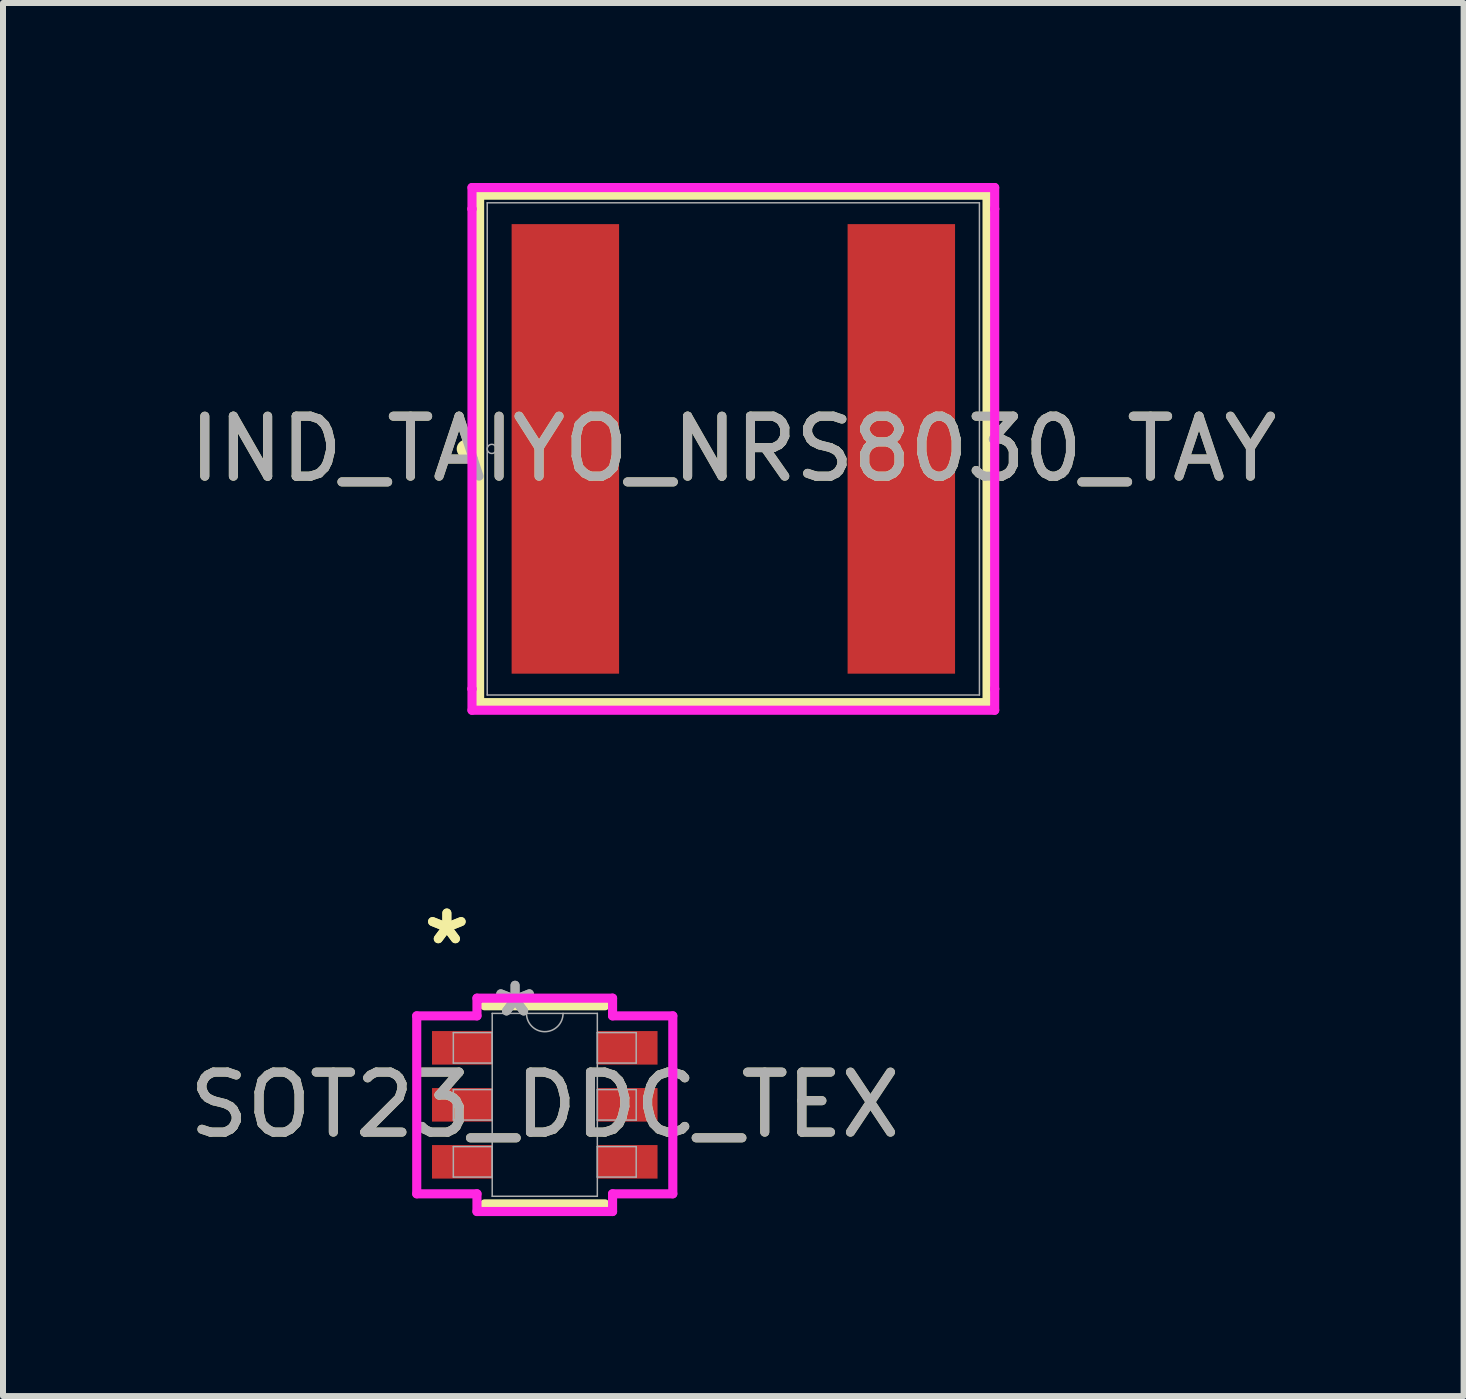
<source format=kicad_pcb>
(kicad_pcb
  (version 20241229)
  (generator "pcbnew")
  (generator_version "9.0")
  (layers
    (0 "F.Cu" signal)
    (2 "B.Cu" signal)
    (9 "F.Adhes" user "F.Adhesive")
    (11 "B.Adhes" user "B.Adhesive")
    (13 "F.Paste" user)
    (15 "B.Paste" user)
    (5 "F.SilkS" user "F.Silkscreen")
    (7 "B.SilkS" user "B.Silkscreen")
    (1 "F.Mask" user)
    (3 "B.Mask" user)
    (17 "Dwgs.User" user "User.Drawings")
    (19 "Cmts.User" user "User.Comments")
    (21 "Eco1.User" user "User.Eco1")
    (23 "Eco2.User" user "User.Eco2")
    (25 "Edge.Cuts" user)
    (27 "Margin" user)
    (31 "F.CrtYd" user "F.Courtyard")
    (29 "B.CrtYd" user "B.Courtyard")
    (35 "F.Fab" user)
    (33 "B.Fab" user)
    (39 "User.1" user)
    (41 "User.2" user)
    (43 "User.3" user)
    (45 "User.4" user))
  (footprint "IND_TAIYO_NRS8030_TAY"
    (layer "F.Cu")
    (at 9.173 4.432)
    (property "Reference" "IND_TAIYO_NRS8030_TAY" (at 0 0 0) (unlocked yes) (layer "F.SilkS") (effects (font (size 1 1) (thickness 0.15))))
    (attr smd)
    (fp_line (start -4.229 -4.229) (end -4.229 4.229) (stroke (width 0.152) (type solid)) (layer "F.SilkS"))
    (fp_line (start -4.229 4.229) (end 4.229 4.229) (stroke (width 0.152) (type solid)) (layer "F.SilkS"))
    (fp_line (start 4.229 -4.229) (end -4.229 -4.229) (stroke (width 0.152) (type solid)) (layer "F.SilkS"))
    (fp_line (start 4.229 4.229) (end 4.229 -4.229) (stroke (width 0.152) (type solid)) (layer "F.SilkS"))
    (fp_circle (center -4.458 0) (end -4.381 0) (stroke (width 0.152) (type solid)) (fill no) (layer "F.SilkS"))
    (fp_line (start -4.356 -4.356) (end 4.356 -4.356) (stroke (width 0.152) (type solid)) (layer "F.CrtYd"))
    (fp_line (start -4.356 -4) (end -4.356 -4.356) (stroke (width 0.152) (type solid)) (layer "F.CrtYd"))
    (fp_line (start -4.356 -4) (end -4.356 -4) (stroke (width 0.152) (type solid)) (layer "F.CrtYd"))
    (fp_line (start -4.356 4) (end -4.356 -4) (stroke (width 0.152) (type solid)) (layer "F.CrtYd"))
    (fp_line (start -4.356 4) (end -4.356 4) (stroke (width 0.152) (type solid)) (layer "F.CrtYd"))
    (fp_line (start -4.356 4.356) (end -4.356 4) (stroke (width 0.152) (type solid)) (layer "F.CrtYd"))
    (fp_line (start 4.356 -4.356) (end 4.356 -4) (stroke (width 0.152) (type solid)) (layer "F.CrtYd"))
    (fp_line (start 4.356 -4) (end 4.356 -4) (stroke (width 0.152) (type solid)) (layer "F.CrtYd"))
    (fp_line (start 4.356 -4) (end 4.356 4) (stroke (width 0.152) (type solid)) (layer "F.CrtYd"))
    (fp_line (start 4.356 4) (end 4.356 4) (stroke (width 0.152) (type solid)) (layer "F.CrtYd"))
    (fp_line (start 4.356 4) (end 4.356 4.356) (stroke (width 0.152) (type solid)) (layer "F.CrtYd"))
    (fp_line (start 4.356 4.356) (end -4.356 4.356) (stroke (width 0.152) (type solid)) (layer "F.CrtYd"))
    (fp_line (start -4.102 -4.102) (end -4.102 4.102) (stroke (width 0.025) (type solid)) (layer "F.Fab"))
    (fp_line (start -4.102 4.102) (end 4.102 4.102) (stroke (width 0.025) (type solid)) (layer "F.Fab"))
    (fp_line (start 4.102 -4.102) (end -4.102 -4.102) (stroke (width 0.025) (type solid)) (layer "F.Fab"))
    (fp_line (start 4.102 4.102) (end 4.102 -4.102) (stroke (width 0.025) (type solid)) (layer "F.Fab"))
    (fp_circle (center -4.026 0) (end -3.95 0) (stroke (width 0.025) (type solid)) (fill no) (layer "F.Fab"))
    (fp_text user "${REFERENCE}" (at 0 0 0) (unlocked yes) (layer "F.Fab") (effects (font (size 1 1) (thickness 0.15))))
    (pad "1" smd rect (at -2.8 0) (size 1.791 7.493) (layers "F.Cu" "F.Mask" "F.Paste"))
    (pad "2" smd rect (at 2.8 0) (size 1.791 7.493) (layers "F.Cu" "F.Mask" "F.Paste"))
    (zone (net_name "") (layer "F.Cu") (hatch full 0.508) (connect_pads) (min_thickness 0.254) (filled_areas_thickness no) (keepout (tracks not_allowed) (vias not_allowed) (pads allowed) (copperpour not_allowed) (footprints allowed)) (placement (enabled no)) (fill) (polygon (pts (xy 7.318 0.381) (xy 11.027 0.381) (xy 11.027 8.484) (xy 7.318 8.484)))))
  (footprint "SOT23_DDC_TEX"
    (layer "F.Cu")
    (at 6.03 15.365)
    (property "Reference" "SOT23_DDC_TEX" (at 0 0 0) (unlocked yes) (layer "F.SilkS") (effects (font (size 1 1) (thickness 0.15))))
    (attr smd)
    (fp_line (start -1.003 1.651) (end 1.003 1.651) (stroke (width 0.152) (type solid)) (layer "F.SilkS"))
    (fp_line (start 1.003 -1.651) (end -1.003 -1.651) (stroke (width 0.152) (type solid)) (layer "F.SilkS"))
    (fp_line (start -2.134 -1.483) (end -1.13 -1.483) (stroke (width 0.152) (type solid)) (layer "F.CrtYd"))
    (fp_line (start -2.134 1.483) (end -2.134 -1.483) (stroke (width 0.152) (type solid)) (layer "F.CrtYd"))
    (fp_line (start -2.134 1.483) (end -1.13 1.483) (stroke (width 0.152) (type solid)) (layer "F.CrtYd"))
    (fp_line (start -1.13 -1.778) (end 1.13 -1.778) (stroke (width 0.152) (type solid)) (layer "F.CrtYd"))
    (fp_line (start -1.13 -1.483) (end -1.13 -1.778) (stroke (width 0.152) (type solid)) (layer "F.CrtYd"))
    (fp_line (start -1.13 1.778) (end -1.13 1.483) (stroke (width 0.152) (type solid)) (layer "F.CrtYd"))
    (fp_line (start 1.13 -1.778) (end 1.13 -1.483) (stroke (width 0.152) (type solid)) (layer "F.CrtYd"))
    (fp_line (start 1.13 1.483) (end 1.13 1.778) (stroke (width 0.152) (type solid)) (layer "F.CrtYd"))
    (fp_line (start 1.13 1.778) (end -1.13 1.778) (stroke (width 0.152) (type solid)) (layer "F.CrtYd"))
    (fp_line (start 2.134 -1.483) (end 1.13 -1.483) (stroke (width 0.152) (type solid)) (layer "F.CrtYd"))
    (fp_line (start 2.134 -1.483) (end 2.134 1.483) (stroke (width 0.152) (type solid)) (layer "F.CrtYd"))
    (fp_line (start 2.134 1.483) (end 1.13 1.483) (stroke (width 0.152) (type solid)) (layer "F.CrtYd"))
    (fp_line (start -1.524 -1.204) (end -1.524 -0.696) (stroke (width 0.025) (type solid)) (layer "F.Fab"))
    (fp_line (start -1.524 -0.696) (end -0.876 -0.696) (stroke (width 0.025) (type solid)) (layer "F.Fab"))
    (fp_line (start -1.524 -0.254) (end -1.524 0.254) (stroke (width 0.025) (type solid)) (layer "F.Fab"))
    (fp_line (start -1.524 0.254) (end -0.876 0.254) (stroke (width 0.025) (type solid)) (layer "F.Fab"))
    (fp_line (start -1.524 0.696) (end -1.524 1.204) (stroke (width 0.025) (type solid)) (layer "F.Fab"))
    (fp_line (start -1.524 1.204) (end -0.876 1.204) (stroke (width 0.025) (type solid)) (layer "F.Fab"))
    (fp_line (start -0.876 -1.524) (end -0.876 1.524) (stroke (width 0.025) (type solid)) (layer "F.Fab"))
    (fp_line (start -0.876 -1.204) (end -1.524 -1.204) (stroke (width 0.025) (type solid)) (layer "F.Fab"))
    (fp_line (start -0.876 -0.696) (end -0.876 -1.204) (stroke (width 0.025) (type solid)) (layer "F.Fab"))
    (fp_line (start -0.876 -0.254) (end -1.524 -0.254) (stroke (width 0.025) (type solid)) (layer "F.Fab"))
    (fp_line (start -0.876 0.254) (end -0.876 -0.254) (stroke (width 0.025) (type solid)) (layer "F.Fab"))
    (fp_line (start -0.876 0.696) (end -1.524 0.696) (stroke (width 0.025) (type solid)) (layer "F.Fab"))
    (fp_line (start -0.876 1.204) (end -0.876 0.696) (stroke (width 0.025) (type solid)) (layer "F.Fab"))
    (fp_line (start -0.876 1.524) (end 0.876 1.524) (stroke (width 0.025) (type solid)) (layer "F.Fab"))
    (fp_line (start 0.876 -1.524) (end -0.876 -1.524) (stroke (width 0.025) (type solid)) (layer "F.Fab"))
    (fp_line (start 0.876 -1.204) (end 0.876 -0.696) (stroke (width 0.025) (type solid)) (layer "F.Fab"))
    (fp_line (start 0.876 -0.696) (end 1.524 -0.696) (stroke (width 0.025) (type solid)) (layer "F.Fab"))
    (fp_line (start 0.876 -0.254) (end 0.876 0.254) (stroke (width 0.025) (type solid)) (layer "F.Fab"))
    (fp_line (start 0.876 0.254) (end 1.524 0.254) (stroke (width 0.025) (type solid)) (layer "F.Fab"))
    (fp_line (start 0.876 0.696) (end 0.876 1.204) (stroke (width 0.025) (type solid)) (layer "F.Fab"))
    (fp_line (start 0.876 1.204) (end 1.524 1.204) (stroke (width 0.025) (type solid)) (layer "F.Fab"))
    (fp_line (start 0.876 1.524) (end 0.876 -1.524) (stroke (width 0.025) (type solid)) (layer "F.Fab"))
    (fp_line (start 1.524 -1.204) (end 0.876 -1.204) (stroke (width 0.025) (type solid)) (layer "F.Fab"))
    (fp_line (start 1.524 -0.696) (end 1.524 -1.204) (stroke (width 0.025) (type solid)) (layer "F.Fab"))
    (fp_line (start 1.524 -0.254) (end 0.876 -0.254) (stroke (width 0.025) (type solid)) (layer "F.Fab"))
    (fp_line (start 1.524 0.254) (end 1.524 -0.254) (stroke (width 0.025) (type solid)) (layer "F.Fab"))
    (fp_line (start 1.524 0.696) (end 0.876 0.696) (stroke (width 0.025) (type solid)) (layer "F.Fab"))
    (fp_line (start 1.524 1.204) (end 1.524 0.696) (stroke (width 0.025) (type solid)) (layer "F.Fab"))
    (fp_arc (start 0.3048 -1.524) (mid 0 -1.2192) (end -0.3048 -1.524) (stroke (width 0.0254) (type solid)) (layer "F.Fab"))
    (fp_text user "*" (at -1.632 -2.652 0) (unlocked yes) (layer "F.SilkS") (effects (font (size 1 1) (thickness 0.15))))
    (fp_text user "*" (at -1.632 -2.652 0) (layer "F.SilkS") (effects (font (size 1 1) (thickness 0.15))))
    (fp_text user "${REFERENCE}" (at 0 0 0) (unlocked yes) (layer "F.Fab") (effects (font (size 1 1) (thickness 0.15))))
    (fp_text user "*" (at -0.495 -1.448 0) (unlocked yes) (layer "F.Fab") (effects (font (size 1 1) (thickness 0.15))))
    (fp_text user "*" (at -0.495 -1.448 0) (layer "F.Fab") (effects (font (size 1 1) (thickness 0.15))))
    (pad "1" smd rect (at -1.378 -0.95) (size 1.003 0.559) (layers "F.Cu" "F.Mask" "F.Paste"))
    (pad "2" smd rect (at -1.378 0) (size 1.003 0.559) (layers "F.Cu" "F.Mask" "F.Paste"))
    (pad "3" smd rect (at -1.378 0.95) (size 1.003 0.559) (layers "F.Cu" "F.Mask" "F.Paste"))
    (pad "4" smd rect (at 1.378 0.95) (size 1.003 0.559) (layers "F.Cu" "F.Mask" "F.Paste"))
    (pad "5" smd rect (at 1.378 0) (size 1.003 0.559) (layers "F.Cu" "F.Mask" "F.Paste"))
    (pad "6" smd rect (at 1.378 -0.95) (size 1.003 0.559) (layers "F.Cu" "F.Mask" "F.Paste")))
  (gr_rect
    (start -3 -3)
    (end 21.345 20.219)
    (stroke (width 0.1) (type default))
    (fill no)
    (layer "Edge.Cuts")))
</source>
